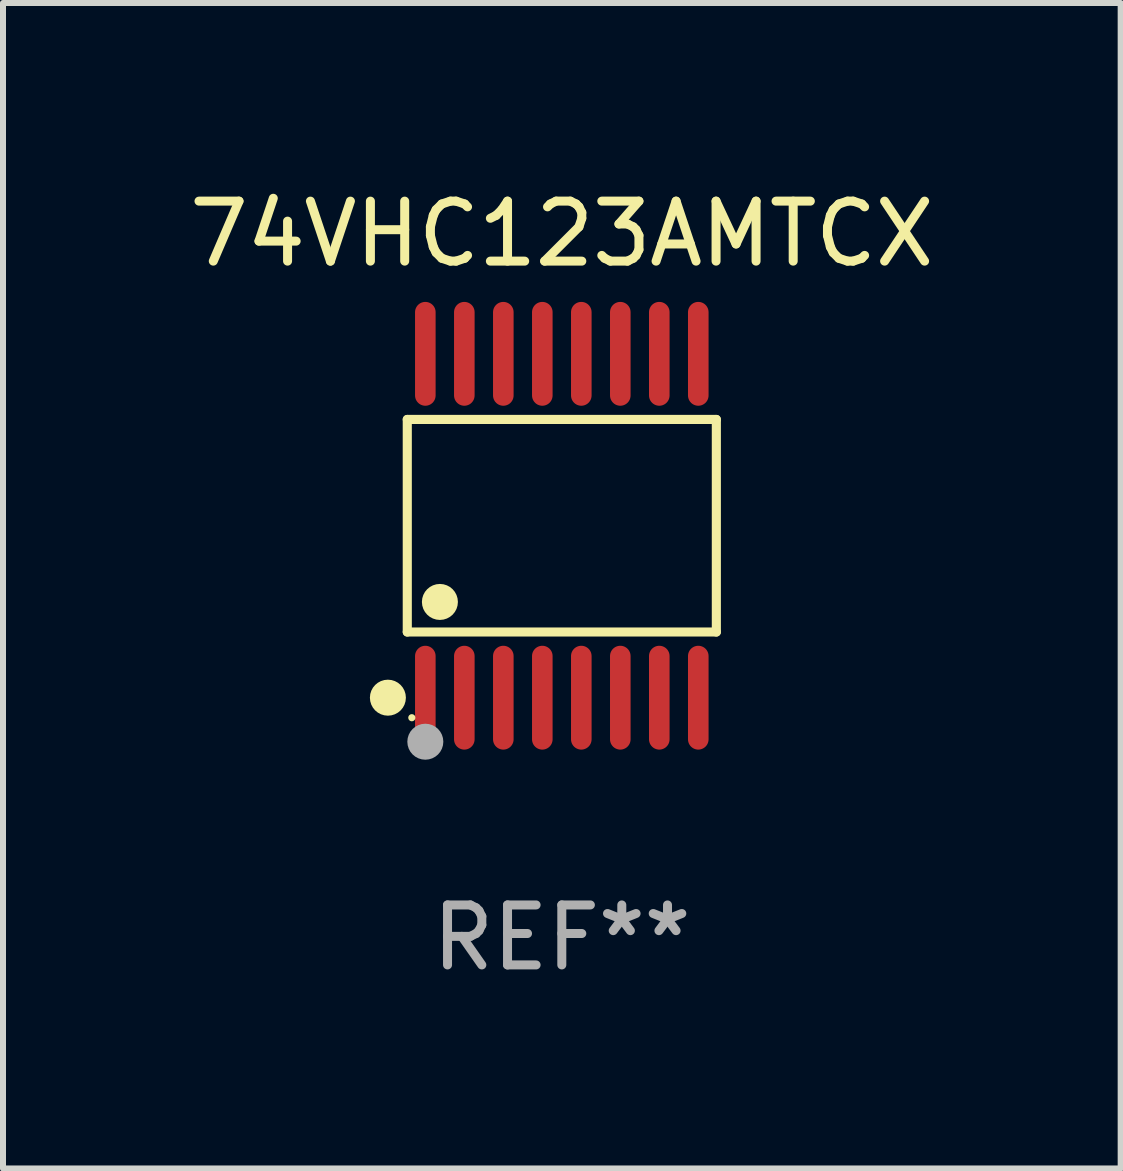
<source format=kicad_pcb>
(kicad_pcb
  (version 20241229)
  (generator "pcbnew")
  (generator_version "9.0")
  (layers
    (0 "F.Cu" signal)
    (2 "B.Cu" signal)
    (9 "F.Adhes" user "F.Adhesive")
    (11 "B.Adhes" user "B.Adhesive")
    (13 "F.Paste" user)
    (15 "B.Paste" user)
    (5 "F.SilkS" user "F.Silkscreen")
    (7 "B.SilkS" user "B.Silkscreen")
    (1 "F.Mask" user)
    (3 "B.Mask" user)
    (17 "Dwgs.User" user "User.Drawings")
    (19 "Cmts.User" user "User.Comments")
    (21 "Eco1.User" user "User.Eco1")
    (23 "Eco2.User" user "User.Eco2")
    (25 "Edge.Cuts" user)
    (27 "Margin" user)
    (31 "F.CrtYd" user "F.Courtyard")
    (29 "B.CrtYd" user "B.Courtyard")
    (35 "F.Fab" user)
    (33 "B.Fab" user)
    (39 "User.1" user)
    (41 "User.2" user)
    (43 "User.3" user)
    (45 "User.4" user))
  (footprint "74VHC123AMTCX"
    (layer "F.Cu")
    (at 6.315 5.714)
    (property "Reference" "74VHC123AMTCX" (at 0 -4.866 0) (layer "F.SilkS") (effects (font (size 1 1) (thickness 0.15))))
    (attr through_hole)
    (fp_line (start -2.576 -1.772) (end 2.576 -1.772) (stroke (width 0.152) (type solid)) (layer "F.SilkS"))
    (fp_line (start -2.576 1.771) (end -2.576 -1.772) (stroke (width 0.152) (type solid)) (layer "F.SilkS"))
    (fp_line (start 2.576 -1.772) (end 2.576 1.771) (stroke (width 0.152) (type solid)) (layer "F.SilkS"))
    (fp_line (start 2.576 1.771) (end -2.576 1.771) (stroke (width 0.152) (type solid)) (layer "F.SilkS"))
    (fp_circle (center -2.899 2.866) (end -2.749 2.866) (stroke (width 0.3) (type solid)) (fill no) (layer "F.SilkS"))
    (fp_circle (center -2.5 3.2) (end -2.47 3.2) (stroke (width 0.06) (type solid)) (fill no) (layer "F.SilkS"))
    (fp_circle (center -2.032 1.27) (end -1.882 1.27) (stroke (width 0.3) (type solid)) (fill no) (layer "F.SilkS"))
    (fp_circle (center -2.275 3.6) (end -2.125 3.6) (stroke (width 0.3) (type solid)) (fill no) (layer "F.Fab"))
    (fp_text user "REF**" (at 0 6.866 0) (layer "F.Fab") (effects (font (size 1 1) (thickness 0.15))))
    (pad "1" smd oval (at -2.275 2.866) (size 0.343 1.731) (layers "F.Cu" "F.Mask" "F.Paste"))
    (pad "2" smd oval (at -1.625 2.866) (size 0.343 1.731) (layers "F.Cu" "F.Mask" "F.Paste"))
    (pad "3" smd oval (at -0.975 2.866) (size 0.343 1.731) (layers "F.Cu" "F.Mask" "F.Paste"))
    (pad "4" smd oval (at -0.325 2.866) (size 0.343 1.731) (layers "F.Cu" "F.Mask" "F.Paste"))
    (pad "5" smd oval (at 0.325 2.866) (size 0.343 1.731) (layers "F.Cu" "F.Mask" "F.Paste"))
    (pad "6" smd oval (at 0.975 2.866) (size 0.343 1.731) (layers "F.Cu" "F.Mask" "F.Paste"))
    (pad "7" smd oval (at 1.625 2.866) (size 0.343 1.731) (layers "F.Cu" "F.Mask" "F.Paste"))
    (pad "8" smd oval (at 2.275 2.866) (size 0.343 1.731) (layers "F.Cu" "F.Mask" "F.Paste"))
    (pad "9" smd oval (at 2.275 -2.866) (size 0.343 1.731) (layers "F.Cu" "F.Mask" "F.Paste"))
    (pad "10" smd oval (at 1.625 -2.866) (size 0.343 1.731) (layers "F.Cu" "F.Mask" "F.Paste"))
    (pad "11" smd oval (at 0.975 -2.866) (size 0.343 1.731) (layers "F.Cu" "F.Mask" "F.Paste"))
    (pad "12" smd oval (at 0.325 -2.866) (size 0.343 1.731) (layers "F.Cu" "F.Mask" "F.Paste"))
    (pad "13" smd oval (at -0.325 -2.866) (size 0.343 1.731) (layers "F.Cu" "F.Mask" "F.Paste"))
    (pad "14" smd oval (at -0.975 -2.866) (size 0.343 1.731) (layers "F.Cu" "F.Mask" "F.Paste"))
    (pad "15" smd oval (at -1.625 -2.866) (size 0.343 1.731) (layers "F.Cu" "F.Mask" "F.Paste"))
    (pad "16" smd oval (at -2.275 -2.866) (size 0.343 1.731) (layers "F.Cu" "F.Mask" "F.Paste")))
  (gr_rect
    (start -3 -3)
    (end 15.631 16.428)
    (stroke (width 0.1) (type default))
    (fill no)
    (layer "Edge.Cuts")))
</source>
